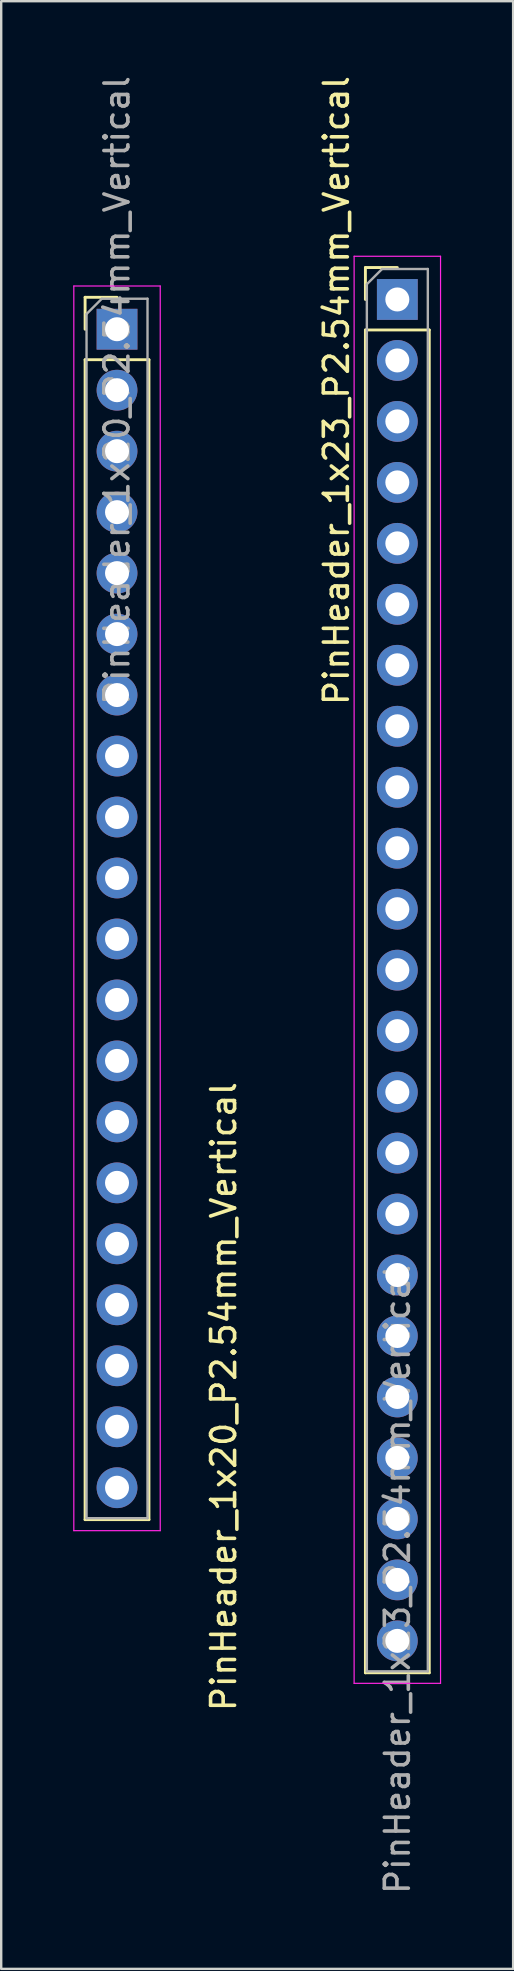
<source format=kicad_pcb>
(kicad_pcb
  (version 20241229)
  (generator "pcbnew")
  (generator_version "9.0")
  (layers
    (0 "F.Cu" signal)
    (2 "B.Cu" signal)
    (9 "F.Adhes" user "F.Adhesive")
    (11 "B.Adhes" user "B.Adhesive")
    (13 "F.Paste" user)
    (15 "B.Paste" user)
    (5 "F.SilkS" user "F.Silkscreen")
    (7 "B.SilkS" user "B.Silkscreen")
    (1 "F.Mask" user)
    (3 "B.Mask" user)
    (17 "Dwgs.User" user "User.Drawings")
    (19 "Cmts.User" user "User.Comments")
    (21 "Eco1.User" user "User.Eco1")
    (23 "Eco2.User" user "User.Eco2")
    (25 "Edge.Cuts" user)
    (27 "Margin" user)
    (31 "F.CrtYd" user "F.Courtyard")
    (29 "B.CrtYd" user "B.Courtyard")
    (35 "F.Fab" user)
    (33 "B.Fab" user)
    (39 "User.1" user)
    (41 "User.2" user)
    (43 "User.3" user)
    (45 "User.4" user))
  (footprint "PinHeader_1x23_P2.54mm_Vertical"
    (layer "F.Cu")
    (at 13.502 9.425)
    (property "Reference" "PinHeader_1x23_P2.54mm_Vertical" (at -2.538 3.795 270) (layer "F.SilkS") (effects (font (size 1 1) (thickness 0.15))))
    (attr through_hole)
    (fp_line (start -1.33 -1.33) (end 0 -1.33) (stroke (width 0.12) (type solid)) (layer "F.SilkS"))
    (fp_line (start -1.33 0) (end -1.33 -1.33) (stroke (width 0.12) (type solid)) (layer "F.SilkS"))
    (fp_line (start -1.33 1.27) (end -1.33 57.21) (stroke (width 0.12) (type solid)) (layer "F.SilkS"))
    (fp_line (start -1.33 1.27) (end 1.33 1.27) (stroke (width 0.12) (type solid)) (layer "F.SilkS"))
    (fp_line (start -1.33 57.21) (end 1.33 57.21) (stroke (width 0.12) (type solid)) (layer "F.SilkS"))
    (fp_line (start 1.33 1.27) (end 1.33 57.21) (stroke (width 0.12) (type solid)) (layer "F.SilkS"))
    (fp_line (start -1.8 -1.8) (end -1.8 57.65) (stroke (width 0.05) (type solid)) (layer "F.CrtYd"))
    (fp_line (start -1.8 57.65) (end 1.8 57.65) (stroke (width 0.05) (type solid)) (layer "F.CrtYd"))
    (fp_line (start 1.8 -1.8) (end -1.8 -1.8) (stroke (width 0.05) (type solid)) (layer "F.CrtYd"))
    (fp_line (start 1.8 57.65) (end 1.8 -1.8) (stroke (width 0.05) (type solid)) (layer "F.CrtYd"))
    (fp_line (start -1.27 -0.635) (end -0.635 -1.27) (stroke (width 0.1) (type solid)) (layer "F.Fab"))
    (fp_line (start -1.27 57.15) (end -1.27 -0.635) (stroke (width 0.1) (type solid)) (layer "F.Fab"))
    (fp_line (start -0.635 -1.27) (end 1.27 -1.27) (stroke (width 0.1) (type solid)) (layer "F.Fab"))
    (fp_line (start 1.27 -1.27) (end 1.27 57.15) (stroke (width 0.1) (type solid)) (layer "F.Fab"))
    (fp_line (start 1.27 57.15) (end -1.27 57.15) (stroke (width 0.1) (type solid)) (layer "F.Fab"))
    (fp_text user "${REFERENCE}" (at 0.003 53.325 270) (layer "F.Fab") (effects (font (size 1 1) (thickness 0.15))))
    (pad "1" thru_hole rect (at 0 0) (size 1.7 1.7) (drill 1) (layers "*.Cu" "*.Mask"))
    (pad "2" thru_hole oval (at 0 2.54) (size 1.7 1.7) (drill 1) (layers "*.Cu" "*.Mask"))
    (pad "3" thru_hole oval (at 0 5.08) (size 1.7 1.7) (drill 1) (layers "*.Cu" "*.Mask"))
    (pad "4" thru_hole oval (at 0 7.62) (size 1.7 1.7) (drill 1) (layers "*.Cu" "*.Mask"))
    (pad "5" thru_hole oval (at 0 10.16) (size 1.7 1.7) (drill 1) (layers "*.Cu" "*.Mask"))
    (pad "6" thru_hole oval (at 0 12.7) (size 1.7 1.7) (drill 1) (layers "*.Cu" "*.Mask"))
    (pad "7" thru_hole oval (at 0 15.24) (size 1.7 1.7) (drill 1) (layers "*.Cu" "*.Mask"))
    (pad "8" thru_hole oval (at 0 17.78) (size 1.7 1.7) (drill 1) (layers "*.Cu" "*.Mask"))
    (pad "9" thru_hole oval (at 0 20.32) (size 1.7 1.7) (drill 1) (layers "*.Cu" "*.Mask"))
    (pad "10" thru_hole oval (at 0 22.86) (size 1.7 1.7) (drill 1) (layers "*.Cu" "*.Mask"))
    (pad "11" thru_hole oval (at 0 25.4) (size 1.7 1.7) (drill 1) (layers "*.Cu" "*.Mask"))
    (pad "12" thru_hole oval (at 0 27.94) (size 1.7 1.7) (drill 1) (layers "*.Cu" "*.Mask"))
    (pad "13" thru_hole oval (at 0 30.48) (size 1.7 1.7) (drill 1) (layers "*.Cu" "*.Mask"))
    (pad "14" thru_hole oval (at 0 33.02) (size 1.7 1.7) (drill 1) (layers "*.Cu" "*.Mask"))
    (pad "15" thru_hole oval (at 0 35.56) (size 1.7 1.7) (drill 1) (layers "*.Cu" "*.Mask"))
    (pad "16" thru_hole oval (at 0 38.1) (size 1.7 1.7) (drill 1) (layers "*.Cu" "*.Mask"))
    (pad "17" thru_hole oval (at 0 40.64) (size 1.7 1.7) (drill 1) (layers "*.Cu" "*.Mask"))
    (pad "18" thru_hole oval (at 0 43.18) (size 1.7 1.7) (drill 1) (layers "*.Cu" "*.Mask"))
    (pad "19" thru_hole oval (at 0 45.72) (size 1.7 1.7) (drill 1) (layers "*.Cu" "*.Mask"))
    (pad "20" thru_hole oval (at 0 48.26) (size 1.7 1.7) (drill 1) (layers "*.Cu" "*.Mask"))
    (pad "21" thru_hole oval (at 0 50.8) (size 1.7 1.7) (drill 1) (layers "*.Cu" "*.Mask"))
    (pad "22" thru_hole oval (at 0 53.34) (size 1.7 1.7) (drill 1) (layers "*.Cu" "*.Mask"))
    (pad "23" thru_hole oval (at 0 55.88) (size 1.7 1.7) (drill 1) (layers "*.Cu" "*.Mask")))
  (footprint "PinHeader_1x20_P2.54mm_Vertical"
    (layer "F.Cu")
    (at 1.825 10.665)
    (property "Reference" "PinHeader_1x20_P2.54mm_Vertical" (at 4.442 44.465 90) (layer "F.SilkS") (effects (font (size 1 1) (thickness 0.15))))
    (attr through_hole)
    (fp_line (start -1.33 -1.33) (end 0 -1.33) (stroke (width 0.12) (type solid)) (layer "F.SilkS"))
    (fp_line (start -1.33 0) (end -1.33 -1.33) (stroke (width 0.12) (type solid)) (layer "F.SilkS"))
    (fp_line (start -1.33 1.27) (end -1.33 49.59) (stroke (width 0.12) (type solid)) (layer "F.SilkS"))
    (fp_line (start -1.33 1.27) (end 1.33 1.27) (stroke (width 0.12) (type solid)) (layer "F.SilkS"))
    (fp_line (start -1.33 49.59) (end 1.33 49.59) (stroke (width 0.12) (type solid)) (layer "F.SilkS"))
    (fp_line (start 1.33 1.27) (end 1.33 49.59) (stroke (width 0.12) (type solid)) (layer "F.SilkS"))
    (fp_line (start -1.8 -1.8) (end -1.8 50.05) (stroke (width 0.05) (type solid)) (layer "F.CrtYd"))
    (fp_line (start -1.8 50.05) (end 1.8 50.05) (stroke (width 0.05) (type solid)) (layer "F.CrtYd"))
    (fp_line (start 1.8 -1.8) (end -1.8 -1.8) (stroke (width 0.05) (type solid)) (layer "F.CrtYd"))
    (fp_line (start 1.8 50.05) (end 1.8 -1.8) (stroke (width 0.05) (type solid)) (layer "F.CrtYd"))
    (fp_line (start -1.27 -0.635) (end -0.635 -1.27) (stroke (width 0.1) (type solid)) (layer "F.Fab"))
    (fp_line (start -1.27 49.53) (end -1.27 -0.635) (stroke (width 0.1) (type solid)) (layer "F.Fab"))
    (fp_line (start -0.635 -1.27) (end 1.27 -1.27) (stroke (width 0.1) (type solid)) (layer "F.Fab"))
    (fp_line (start 1.27 -1.27) (end 1.27 49.53) (stroke (width 0.1) (type solid)) (layer "F.Fab"))
    (fp_line (start 1.27 49.53) (end -1.27 49.53) (stroke (width 0.1) (type solid)) (layer "F.Fab"))
    (fp_text user "${REFERENCE}" (at -0.003 2.555 90) (layer "F.Fab") (effects (font (size 1 1) (thickness 0.15))))
    (pad "1" thru_hole rect (at 0 0) (size 1.7 1.7) (drill 1) (layers "*.Cu" "*.Mask"))
    (pad "2" thru_hole oval (at 0 2.54) (size 1.7 1.7) (drill 1) (layers "*.Cu" "*.Mask"))
    (pad "3" thru_hole oval (at 0 5.08) (size 1.7 1.7) (drill 1) (layers "*.Cu" "*.Mask"))
    (pad "4" thru_hole oval (at 0 7.62) (size 1.7 1.7) (drill 1) (layers "*.Cu" "*.Mask"))
    (pad "5" thru_hole oval (at 0 10.16) (size 1.7 1.7) (drill 1) (layers "*.Cu" "*.Mask"))
    (pad "6" thru_hole oval (at 0 12.7) (size 1.7 1.7) (drill 1) (layers "*.Cu" "*.Mask"))
    (pad "7" thru_hole oval (at 0 15.24) (size 1.7 1.7) (drill 1) (layers "*.Cu" "*.Mask"))
    (pad "8" thru_hole oval (at 0 17.78) (size 1.7 1.7) (drill 1) (layers "*.Cu" "*.Mask"))
    (pad "9" thru_hole oval (at 0 20.32) (size 1.7 1.7) (drill 1) (layers "*.Cu" "*.Mask"))
    (pad "10" thru_hole oval (at 0 22.86) (size 1.7 1.7) (drill 1) (layers "*.Cu" "*.Mask"))
    (pad "11" thru_hole oval (at 0 25.4) (size 1.7 1.7) (drill 1) (layers "*.Cu" "*.Mask"))
    (pad "12" thru_hole oval (at 0 27.94) (size 1.7 1.7) (drill 1) (layers "*.Cu" "*.Mask"))
    (pad "13" thru_hole oval (at 0 30.48) (size 1.7 1.7) (drill 1) (layers "*.Cu" "*.Mask"))
    (pad "14" thru_hole oval (at 0 33.02) (size 1.7 1.7) (drill 1) (layers "*.Cu" "*.Mask"))
    (pad "15" thru_hole oval (at 0 35.56) (size 1.7 1.7) (drill 1) (layers "*.Cu" "*.Mask"))
    (pad "16" thru_hole oval (at 0 38.1) (size 1.7 1.7) (drill 1) (layers "*.Cu" "*.Mask"))
    (pad "17" thru_hole oval (at 0 40.64) (size 1.7 1.7) (drill 1) (layers "*.Cu" "*.Mask"))
    (pad "18" thru_hole oval (at 0 43.18) (size 1.7 1.7) (drill 1) (layers "*.Cu" "*.Mask"))
    (pad "19" thru_hole oval (at 0 45.72) (size 1.7 1.7) (drill 1) (layers "*.Cu" "*.Mask"))
    (pad "20" thru_hole oval (at 0 48.26) (size 1.7 1.7) (drill 1) (layers "*.Cu" "*.Mask")))
  (gr_rect
    (start -3 -3)
    (end 18.326 78.97)
    (stroke (width 0.1) (type default))
    (fill no)
    (layer "Edge.Cuts")))
</source>
